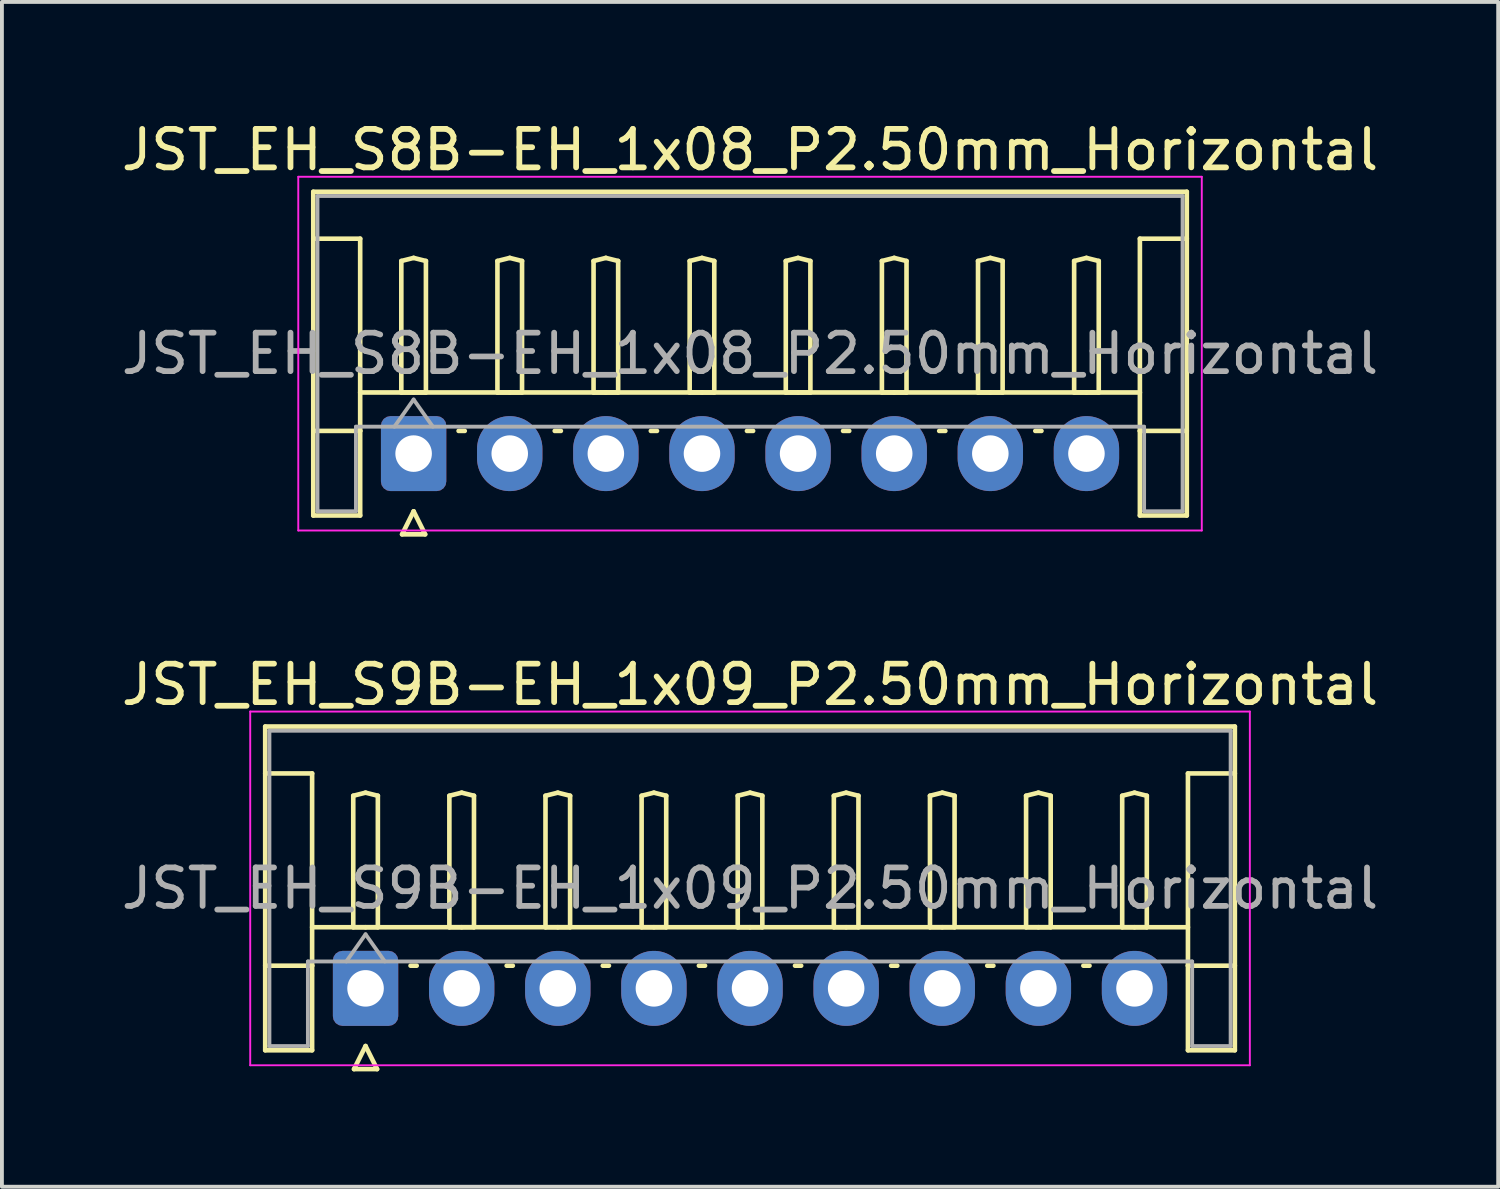
<source format=kicad_pcb>
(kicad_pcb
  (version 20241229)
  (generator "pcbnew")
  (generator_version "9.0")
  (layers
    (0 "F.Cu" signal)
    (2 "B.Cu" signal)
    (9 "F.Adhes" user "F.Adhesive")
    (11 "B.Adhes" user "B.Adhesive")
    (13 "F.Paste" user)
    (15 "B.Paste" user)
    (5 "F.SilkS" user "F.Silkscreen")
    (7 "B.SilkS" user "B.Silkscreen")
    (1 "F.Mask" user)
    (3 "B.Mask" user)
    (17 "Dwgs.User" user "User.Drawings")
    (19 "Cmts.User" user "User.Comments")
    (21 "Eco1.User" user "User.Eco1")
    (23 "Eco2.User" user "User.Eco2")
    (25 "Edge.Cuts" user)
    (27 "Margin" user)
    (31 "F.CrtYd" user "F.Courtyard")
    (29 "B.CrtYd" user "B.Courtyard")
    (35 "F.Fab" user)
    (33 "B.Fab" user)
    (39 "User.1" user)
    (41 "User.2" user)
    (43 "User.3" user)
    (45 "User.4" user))
  (footprint "JST_EH_S9B-EH_1x09_P2.50mm_Horizontal"
    (layer "F.Cu")
    (at 6.458 22.657)
    (property "Reference" "JST_EH_S9B-EH_1x09_P2.50mm_Horizontal" (at 10 -7.9 0) (layer "F.SilkS") (effects (font (size 1 1) (thickness 0.15))))
    (attr through_hole)
    (fp_line (start -2.61 -6.81) (end 22.61 -6.81) (stroke (width 0.12) (type solid)) (layer "F.SilkS"))
    (fp_line (start -2.61 -5.59) (end -1.39 -5.59) (stroke (width 0.12) (type solid)) (layer "F.SilkS"))
    (fp_line (start -2.61 1.61) (end -2.61 -6.81) (stroke (width 0.12) (type solid)) (layer "F.SilkS"))
    (fp_line (start -1.39 -5.59) (end -1.39 -0.59) (stroke (width 0.12) (type solid)) (layer "F.SilkS"))
    (fp_line (start -1.39 -1.59) (end 21.39 -1.59) (stroke (width 0.12) (type solid)) (layer "F.SilkS"))
    (fp_line (start -1.39 -0.59) (end -2.61 -0.59) (stroke (width 0.12) (type solid)) (layer "F.SilkS"))
    (fp_line (start -1.39 -0.59) (end -1.39 1.61) (stroke (width 0.12) (type solid)) (layer "F.SilkS"))
    (fp_line (start -1.39 1.61) (end -2.61 1.61) (stroke (width 0.12) (type solid)) (layer "F.SilkS"))
    (fp_line (start -0.32 -5.01) (end 0 -5.09) (stroke (width 0.12) (type solid)) (layer "F.SilkS"))
    (fp_line (start -0.32 -1.59) (end -0.32 -5.01) (stroke (width 0.12) (type solid)) (layer "F.SilkS"))
    (fp_line (start -0.3 2.1) (end 0.3 2.1) (stroke (width 0.12) (type solid)) (layer "F.SilkS"))
    (fp_line (start 0 -5.09) (end 0.32 -5.01) (stroke (width 0.12) (type solid)) (layer "F.SilkS"))
    (fp_line (start 0 -1.59) (end -0.32 -1.59) (stroke (width 0.12) (type solid)) (layer "F.SilkS"))
    (fp_line (start 0 1.5) (end -0.3 2.1) (stroke (width 0.12) (type solid)) (layer "F.SilkS"))
    (fp_line (start 0.3 2.1) (end 0 1.5) (stroke (width 0.12) (type solid)) (layer "F.SilkS"))
    (fp_line (start 0.32 -5.01) (end 0.32 -1.59) (stroke (width 0.12) (type solid)) (layer "F.SilkS"))
    (fp_line (start 0.32 -1.59) (end 0 -1.59) (stroke (width 0.12) (type solid)) (layer "F.SilkS"))
    (fp_line (start 1.17 -0.59) (end 1.33 -0.59) (stroke (width 0.12) (type solid)) (layer "F.SilkS"))
    (fp_line (start 2.18 -5.01) (end 2.5 -5.09) (stroke (width 0.12) (type solid)) (layer "F.SilkS"))
    (fp_line (start 2.18 -1.59) (end 2.18 -5.01) (stroke (width 0.12) (type solid)) (layer "F.SilkS"))
    (fp_line (start 2.5 -5.09) (end 2.82 -5.01) (stroke (width 0.12) (type solid)) (layer "F.SilkS"))
    (fp_line (start 2.5 -1.59) (end 2.18 -1.59) (stroke (width 0.12) (type solid)) (layer "F.SilkS"))
    (fp_line (start 2.82 -5.01) (end 2.82 -1.59) (stroke (width 0.12) (type solid)) (layer "F.SilkS"))
    (fp_line (start 2.82 -1.59) (end 2.5 -1.59) (stroke (width 0.12) (type solid)) (layer "F.SilkS"))
    (fp_line (start 3.67 -0.59) (end 3.83 -0.59) (stroke (width 0.12) (type solid)) (layer "F.SilkS"))
    (fp_line (start 4.68 -5.01) (end 5 -5.09) (stroke (width 0.12) (type solid)) (layer "F.SilkS"))
    (fp_line (start 4.68 -1.59) (end 4.68 -5.01) (stroke (width 0.12) (type solid)) (layer "F.SilkS"))
    (fp_line (start 5 -5.09) (end 5.32 -5.01) (stroke (width 0.12) (type solid)) (layer "F.SilkS"))
    (fp_line (start 5 -1.59) (end 4.68 -1.59) (stroke (width 0.12) (type solid)) (layer "F.SilkS"))
    (fp_line (start 5.32 -5.01) (end 5.32 -1.59) (stroke (width 0.12) (type solid)) (layer "F.SilkS"))
    (fp_line (start 5.32 -1.59) (end 5 -1.59) (stroke (width 0.12) (type solid)) (layer "F.SilkS"))
    (fp_line (start 6.17 -0.59) (end 6.33 -0.59) (stroke (width 0.12) (type solid)) (layer "F.SilkS"))
    (fp_line (start 7.18 -5.01) (end 7.5 -5.09) (stroke (width 0.12) (type solid)) (layer "F.SilkS"))
    (fp_line (start 7.18 -1.59) (end 7.18 -5.01) (stroke (width 0.12) (type solid)) (layer "F.SilkS"))
    (fp_line (start 7.5 -5.09) (end 7.82 -5.01) (stroke (width 0.12) (type solid)) (layer "F.SilkS"))
    (fp_line (start 7.5 -1.59) (end 7.18 -1.59) (stroke (width 0.12) (type solid)) (layer "F.SilkS"))
    (fp_line (start 7.82 -5.01) (end 7.82 -1.59) (stroke (width 0.12) (type solid)) (layer "F.SilkS"))
    (fp_line (start 7.82 -1.59) (end 7.5 -1.59) (stroke (width 0.12) (type solid)) (layer "F.SilkS"))
    (fp_line (start 8.67 -0.59) (end 8.83 -0.59) (stroke (width 0.12) (type solid)) (layer "F.SilkS"))
    (fp_line (start 9.68 -5.01) (end 10 -5.09) (stroke (width 0.12) (type solid)) (layer "F.SilkS"))
    (fp_line (start 9.68 -1.59) (end 9.68 -5.01) (stroke (width 0.12) (type solid)) (layer "F.SilkS"))
    (fp_line (start 10 -5.09) (end 10.32 -5.01) (stroke (width 0.12) (type solid)) (layer "F.SilkS"))
    (fp_line (start 10 -1.59) (end 9.68 -1.59) (stroke (width 0.12) (type solid)) (layer "F.SilkS"))
    (fp_line (start 10.32 -5.01) (end 10.32 -1.59) (stroke (width 0.12) (type solid)) (layer "F.SilkS"))
    (fp_line (start 10.32 -1.59) (end 10 -1.59) (stroke (width 0.12) (type solid)) (layer "F.SilkS"))
    (fp_line (start 11.17 -0.59) (end 11.33 -0.59) (stroke (width 0.12) (type solid)) (layer "F.SilkS"))
    (fp_line (start 12.18 -5.01) (end 12.5 -5.09) (stroke (width 0.12) (type solid)) (layer "F.SilkS"))
    (fp_line (start 12.18 -1.59) (end 12.18 -5.01) (stroke (width 0.12) (type solid)) (layer "F.SilkS"))
    (fp_line (start 12.5 -5.09) (end 12.82 -5.01) (stroke (width 0.12) (type solid)) (layer "F.SilkS"))
    (fp_line (start 12.5 -1.59) (end 12.18 -1.59) (stroke (width 0.12) (type solid)) (layer "F.SilkS"))
    (fp_line (start 12.82 -5.01) (end 12.82 -1.59) (stroke (width 0.12) (type solid)) (layer "F.SilkS"))
    (fp_line (start 12.82 -1.59) (end 12.5 -1.59) (stroke (width 0.12) (type solid)) (layer "F.SilkS"))
    (fp_line (start 13.67 -0.59) (end 13.83 -0.59) (stroke (width 0.12) (type solid)) (layer "F.SilkS"))
    (fp_line (start 14.68 -5.01) (end 15 -5.09) (stroke (width 0.12) (type solid)) (layer "F.SilkS"))
    (fp_line (start 14.68 -1.59) (end 14.68 -5.01) (stroke (width 0.12) (type solid)) (layer "F.SilkS"))
    (fp_line (start 15 -5.09) (end 15.32 -5.01) (stroke (width 0.12) (type solid)) (layer "F.SilkS"))
    (fp_line (start 15 -1.59) (end 14.68 -1.59) (stroke (width 0.12) (type solid)) (layer "F.SilkS"))
    (fp_line (start 15.32 -5.01) (end 15.32 -1.59) (stroke (width 0.12) (type solid)) (layer "F.SilkS"))
    (fp_line (start 15.32 -1.59) (end 15 -1.59) (stroke (width 0.12) (type solid)) (layer "F.SilkS"))
    (fp_line (start 16.17 -0.59) (end 16.33 -0.59) (stroke (width 0.12) (type solid)) (layer "F.SilkS"))
    (fp_line (start 17.18 -5.01) (end 17.5 -5.09) (stroke (width 0.12) (type solid)) (layer "F.SilkS"))
    (fp_line (start 17.18 -1.59) (end 17.18 -5.01) (stroke (width 0.12) (type solid)) (layer "F.SilkS"))
    (fp_line (start 17.5 -5.09) (end 17.82 -5.01) (stroke (width 0.12) (type solid)) (layer "F.SilkS"))
    (fp_line (start 17.5 -1.59) (end 17.18 -1.59) (stroke (width 0.12) (type solid)) (layer "F.SilkS"))
    (fp_line (start 17.82 -5.01) (end 17.82 -1.59) (stroke (width 0.12) (type solid)) (layer "F.SilkS"))
    (fp_line (start 17.82 -1.59) (end 17.5 -1.59) (stroke (width 0.12) (type solid)) (layer "F.SilkS"))
    (fp_line (start 18.67 -0.59) (end 18.83 -0.59) (stroke (width 0.12) (type solid)) (layer "F.SilkS"))
    (fp_line (start 19.68 -5.01) (end 20 -5.09) (stroke (width 0.12) (type solid)) (layer "F.SilkS"))
    (fp_line (start 19.68 -1.59) (end 19.68 -5.01) (stroke (width 0.12) (type solid)) (layer "F.SilkS"))
    (fp_line (start 20 -5.09) (end 20.32 -5.01) (stroke (width 0.12) (type solid)) (layer "F.SilkS"))
    (fp_line (start 20 -1.59) (end 19.68 -1.59) (stroke (width 0.12) (type solid)) (layer "F.SilkS"))
    (fp_line (start 20.32 -5.01) (end 20.32 -1.59) (stroke (width 0.12) (type solid)) (layer "F.SilkS"))
    (fp_line (start 20.32 -1.59) (end 20 -1.59) (stroke (width 0.12) (type solid)) (layer "F.SilkS"))
    (fp_line (start 21.39 -5.59) (end 21.39 -0.59) (stroke (width 0.12) (type solid)) (layer "F.SilkS"))
    (fp_line (start 21.39 -0.59) (end 22.61 -0.59) (stroke (width 0.12) (type solid)) (layer "F.SilkS"))
    (fp_line (start 21.39 1.61) (end 21.39 -0.59) (stroke (width 0.12) (type solid)) (layer "F.SilkS"))
    (fp_line (start 22.61 -6.81) (end 22.61 1.61) (stroke (width 0.12) (type solid)) (layer "F.SilkS"))
    (fp_line (start 22.61 -5.59) (end 21.39 -5.59) (stroke (width 0.12) (type solid)) (layer "F.SilkS"))
    (fp_line (start 22.61 1.61) (end 21.39 1.61) (stroke (width 0.12) (type solid)) (layer "F.SilkS"))
    (fp_line (start -3 -7.2) (end -3 2) (stroke (width 0.05) (type solid)) (layer "F.CrtYd"))
    (fp_line (start -3 2) (end 23 2) (stroke (width 0.05) (type solid)) (layer "F.CrtYd"))
    (fp_line (start 23 -7.2) (end -3 -7.2) (stroke (width 0.05) (type solid)) (layer "F.CrtYd"))
    (fp_line (start 23 2) (end 23 -7.2) (stroke (width 0.05) (type solid)) (layer "F.CrtYd"))
    (fp_line (start -2.5 -6.7) (end 22.5 -6.7) (stroke (width 0.1) (type solid)) (layer "F.Fab"))
    (fp_line (start -2.5 1.5) (end -2.5 -6.7) (stroke (width 0.1) (type solid)) (layer "F.Fab"))
    (fp_line (start -1.5 -0.7) (end -1.5 1.5) (stroke (width 0.1) (type solid)) (layer "F.Fab"))
    (fp_line (start -1.5 1.5) (end -2.5 1.5) (stroke (width 0.1) (type solid)) (layer "F.Fab"))
    (fp_line (start -0.5 -0.7) (end 0 -1.407) (stroke (width 0.1) (type solid)) (layer "F.Fab"))
    (fp_line (start 0 -1.407) (end 0.5 -0.7) (stroke (width 0.1) (type solid)) (layer "F.Fab"))
    (fp_line (start 21.5 -0.7) (end -1.5 -0.7) (stroke (width 0.1) (type solid)) (layer "F.Fab"))
    (fp_line (start 21.5 1.5) (end 21.5 -0.7) (stroke (width 0.1) (type solid)) (layer "F.Fab"))
    (fp_line (start 22.5 -6.7) (end 22.5 1.5) (stroke (width 0.1) (type solid)) (layer "F.Fab"))
    (fp_line (start 22.5 1.5) (end 21.5 1.5) (stroke (width 0.1) (type solid)) (layer "F.Fab"))
    (fp_text user "${REFERENCE}" (at 10 -2.6 0) (layer "F.Fab") (effects (font (size 1 1) (thickness 0.15))))
    (pad "1" thru_hole roundrect (at 0 0) (size 1.7 1.95) (drill 0.95) (layers "*.Cu" "*.Mask") (roundrect_rratio 0.147))
    (pad "2" thru_hole oval (at 2.5 0) (size 1.7 1.95) (drill 0.95) (layers "*.Cu" "*.Mask"))
    (pad "3" thru_hole oval (at 5 0) (size 1.7 1.95) (drill 0.95) (layers "*.Cu" "*.Mask"))
    (pad "4" thru_hole oval (at 7.5 0) (size 1.7 1.95) (drill 0.95) (layers "*.Cu" "*.Mask"))
    (pad "5" thru_hole oval (at 10 0) (size 1.7 1.95) (drill 0.95) (layers "*.Cu" "*.Mask"))
    (pad "6" thru_hole oval (at 12.5 0) (size 1.7 1.95) (drill 0.95) (layers "*.Cu" "*.Mask"))
    (pad "7" thru_hole oval (at 15 0) (size 1.7 1.95) (drill 0.95) (layers "*.Cu" "*.Mask"))
    (pad "8" thru_hole oval (at 17.5 0) (size 1.7 1.95) (drill 0.95) (layers "*.Cu" "*.Mask"))
    (pad "9" thru_hole oval (at 20 0) (size 1.7 1.95) (drill 0.95) (layers "*.Cu" "*.Mask")))
  (footprint "JST_EH_S8B-EH_1x08_P2.50mm_Horizontal"
    (layer "F.Cu")
    (at 7.708 8.748)
    (property "Reference" "JST_EH_S8B-EH_1x08_P2.50mm_Horizontal" (at 8.75 -7.9 0) (layer "F.SilkS") (effects (font (size 1 1) (thickness 0.15))))
    (attr through_hole)
    (fp_line (start -2.61 -6.81) (end 20.11 -6.81) (stroke (width 0.12) (type solid)) (layer "F.SilkS"))
    (fp_line (start -2.61 -5.59) (end -1.39 -5.59) (stroke (width 0.12) (type solid)) (layer "F.SilkS"))
    (fp_line (start -2.61 1.61) (end -2.61 -6.81) (stroke (width 0.12) (type solid)) (layer "F.SilkS"))
    (fp_line (start -1.39 -5.59) (end -1.39 -0.59) (stroke (width 0.12) (type solid)) (layer "F.SilkS"))
    (fp_line (start -1.39 -1.59) (end 18.89 -1.59) (stroke (width 0.12) (type solid)) (layer "F.SilkS"))
    (fp_line (start -1.39 -0.59) (end -2.61 -0.59) (stroke (width 0.12) (type solid)) (layer "F.SilkS"))
    (fp_line (start -1.39 -0.59) (end -1.39 1.61) (stroke (width 0.12) (type solid)) (layer "F.SilkS"))
    (fp_line (start -1.39 1.61) (end -2.61 1.61) (stroke (width 0.12) (type solid)) (layer "F.SilkS"))
    (fp_line (start -0.32 -5.01) (end 0 -5.09) (stroke (width 0.12) (type solid)) (layer "F.SilkS"))
    (fp_line (start -0.32 -1.59) (end -0.32 -5.01) (stroke (width 0.12) (type solid)) (layer "F.SilkS"))
    (fp_line (start -0.3 2.1) (end 0.3 2.1) (stroke (width 0.12) (type solid)) (layer "F.SilkS"))
    (fp_line (start 0 -5.09) (end 0.32 -5.01) (stroke (width 0.12) (type solid)) (layer "F.SilkS"))
    (fp_line (start 0 -1.59) (end -0.32 -1.59) (stroke (width 0.12) (type solid)) (layer "F.SilkS"))
    (fp_line (start 0 1.5) (end -0.3 2.1) (stroke (width 0.12) (type solid)) (layer "F.SilkS"))
    (fp_line (start 0.3 2.1) (end 0 1.5) (stroke (width 0.12) (type solid)) (layer "F.SilkS"))
    (fp_line (start 0.32 -5.01) (end 0.32 -1.59) (stroke (width 0.12) (type solid)) (layer "F.SilkS"))
    (fp_line (start 0.32 -1.59) (end 0 -1.59) (stroke (width 0.12) (type solid)) (layer "F.SilkS"))
    (fp_line (start 1.17 -0.59) (end 1.33 -0.59) (stroke (width 0.12) (type solid)) (layer "F.SilkS"))
    (fp_line (start 2.18 -5.01) (end 2.5 -5.09) (stroke (width 0.12) (type solid)) (layer "F.SilkS"))
    (fp_line (start 2.18 -1.59) (end 2.18 -5.01) (stroke (width 0.12) (type solid)) (layer "F.SilkS"))
    (fp_line (start 2.5 -5.09) (end 2.82 -5.01) (stroke (width 0.12) (type solid)) (layer "F.SilkS"))
    (fp_line (start 2.5 -1.59) (end 2.18 -1.59) (stroke (width 0.12) (type solid)) (layer "F.SilkS"))
    (fp_line (start 2.82 -5.01) (end 2.82 -1.59) (stroke (width 0.12) (type solid)) (layer "F.SilkS"))
    (fp_line (start 2.82 -1.59) (end 2.5 -1.59) (stroke (width 0.12) (type solid)) (layer "F.SilkS"))
    (fp_line (start 3.67 -0.59) (end 3.83 -0.59) (stroke (width 0.12) (type solid)) (layer "F.SilkS"))
    (fp_line (start 4.68 -5.01) (end 5 -5.09) (stroke (width 0.12) (type solid)) (layer "F.SilkS"))
    (fp_line (start 4.68 -1.59) (end 4.68 -5.01) (stroke (width 0.12) (type solid)) (layer "F.SilkS"))
    (fp_line (start 5 -5.09) (end 5.32 -5.01) (stroke (width 0.12) (type solid)) (layer "F.SilkS"))
    (fp_line (start 5 -1.59) (end 4.68 -1.59) (stroke (width 0.12) (type solid)) (layer "F.SilkS"))
    (fp_line (start 5.32 -5.01) (end 5.32 -1.59) (stroke (width 0.12) (type solid)) (layer "F.SilkS"))
    (fp_line (start 5.32 -1.59) (end 5 -1.59) (stroke (width 0.12) (type solid)) (layer "F.SilkS"))
    (fp_line (start 6.17 -0.59) (end 6.33 -0.59) (stroke (width 0.12) (type solid)) (layer "F.SilkS"))
    (fp_line (start 7.18 -5.01) (end 7.5 -5.09) (stroke (width 0.12) (type solid)) (layer "F.SilkS"))
    (fp_line (start 7.18 -1.59) (end 7.18 -5.01) (stroke (width 0.12) (type solid)) (layer "F.SilkS"))
    (fp_line (start 7.5 -5.09) (end 7.82 -5.01) (stroke (width 0.12) (type solid)) (layer "F.SilkS"))
    (fp_line (start 7.5 -1.59) (end 7.18 -1.59) (stroke (width 0.12) (type solid)) (layer "F.SilkS"))
    (fp_line (start 7.82 -5.01) (end 7.82 -1.59) (stroke (width 0.12) (type solid)) (layer "F.SilkS"))
    (fp_line (start 7.82 -1.59) (end 7.5 -1.59) (stroke (width 0.12) (type solid)) (layer "F.SilkS"))
    (fp_line (start 8.67 -0.59) (end 8.83 -0.59) (stroke (width 0.12) (type solid)) (layer "F.SilkS"))
    (fp_line (start 9.68 -5.01) (end 10 -5.09) (stroke (width 0.12) (type solid)) (layer "F.SilkS"))
    (fp_line (start 9.68 -1.59) (end 9.68 -5.01) (stroke (width 0.12) (type solid)) (layer "F.SilkS"))
    (fp_line (start 10 -5.09) (end 10.32 -5.01) (stroke (width 0.12) (type solid)) (layer "F.SilkS"))
    (fp_line (start 10 -1.59) (end 9.68 -1.59) (stroke (width 0.12) (type solid)) (layer "F.SilkS"))
    (fp_line (start 10.32 -5.01) (end 10.32 -1.59) (stroke (width 0.12) (type solid)) (layer "F.SilkS"))
    (fp_line (start 10.32 -1.59) (end 10 -1.59) (stroke (width 0.12) (type solid)) (layer "F.SilkS"))
    (fp_line (start 11.17 -0.59) (end 11.33 -0.59) (stroke (width 0.12) (type solid)) (layer "F.SilkS"))
    (fp_line (start 12.18 -5.01) (end 12.5 -5.09) (stroke (width 0.12) (type solid)) (layer "F.SilkS"))
    (fp_line (start 12.18 -1.59) (end 12.18 -5.01) (stroke (width 0.12) (type solid)) (layer "F.SilkS"))
    (fp_line (start 12.5 -5.09) (end 12.82 -5.01) (stroke (width 0.12) (type solid)) (layer "F.SilkS"))
    (fp_line (start 12.5 -1.59) (end 12.18 -1.59) (stroke (width 0.12) (type solid)) (layer "F.SilkS"))
    (fp_line (start 12.82 -5.01) (end 12.82 -1.59) (stroke (width 0.12) (type solid)) (layer "F.SilkS"))
    (fp_line (start 12.82 -1.59) (end 12.5 -1.59) (stroke (width 0.12) (type solid)) (layer "F.SilkS"))
    (fp_line (start 13.67 -0.59) (end 13.83 -0.59) (stroke (width 0.12) (type solid)) (layer "F.SilkS"))
    (fp_line (start 14.68 -5.01) (end 15 -5.09) (stroke (width 0.12) (type solid)) (layer "F.SilkS"))
    (fp_line (start 14.68 -1.59) (end 14.68 -5.01) (stroke (width 0.12) (type solid)) (layer "F.SilkS"))
    (fp_line (start 15 -5.09) (end 15.32 -5.01) (stroke (width 0.12) (type solid)) (layer "F.SilkS"))
    (fp_line (start 15 -1.59) (end 14.68 -1.59) (stroke (width 0.12) (type solid)) (layer "F.SilkS"))
    (fp_line (start 15.32 -5.01) (end 15.32 -1.59) (stroke (width 0.12) (type solid)) (layer "F.SilkS"))
    (fp_line (start 15.32 -1.59) (end 15 -1.59) (stroke (width 0.12) (type solid)) (layer "F.SilkS"))
    (fp_line (start 16.17 -0.59) (end 16.33 -0.59) (stroke (width 0.12) (type solid)) (layer "F.SilkS"))
    (fp_line (start 17.18 -5.01) (end 17.5 -5.09) (stroke (width 0.12) (type solid)) (layer "F.SilkS"))
    (fp_line (start 17.18 -1.59) (end 17.18 -5.01) (stroke (width 0.12) (type solid)) (layer "F.SilkS"))
    (fp_line (start 17.5 -5.09) (end 17.82 -5.01) (stroke (width 0.12) (type solid)) (layer "F.SilkS"))
    (fp_line (start 17.5 -1.59) (end 17.18 -1.59) (stroke (width 0.12) (type solid)) (layer "F.SilkS"))
    (fp_line (start 17.82 -5.01) (end 17.82 -1.59) (stroke (width 0.12) (type solid)) (layer "F.SilkS"))
    (fp_line (start 17.82 -1.59) (end 17.5 -1.59) (stroke (width 0.12) (type solid)) (layer "F.SilkS"))
    (fp_line (start 18.89 -5.59) (end 18.89 -0.59) (stroke (width 0.12) (type solid)) (layer "F.SilkS"))
    (fp_line (start 18.89 -0.59) (end 20.11 -0.59) (stroke (width 0.12) (type solid)) (layer "F.SilkS"))
    (fp_line (start 18.89 1.61) (end 18.89 -0.59) (stroke (width 0.12) (type solid)) (layer "F.SilkS"))
    (fp_line (start 20.11 -6.81) (end 20.11 1.61) (stroke (width 0.12) (type solid)) (layer "F.SilkS"))
    (fp_line (start 20.11 -5.59) (end 18.89 -5.59) (stroke (width 0.12) (type solid)) (layer "F.SilkS"))
    (fp_line (start 20.11 1.61) (end 18.89 1.61) (stroke (width 0.12) (type solid)) (layer "F.SilkS"))
    (fp_line (start -3 -7.2) (end -3 2) (stroke (width 0.05) (type solid)) (layer "F.CrtYd"))
    (fp_line (start -3 2) (end 20.5 2) (stroke (width 0.05) (type solid)) (layer "F.CrtYd"))
    (fp_line (start 20.5 -7.2) (end -3 -7.2) (stroke (width 0.05) (type solid)) (layer "F.CrtYd"))
    (fp_line (start 20.5 2) (end 20.5 -7.2) (stroke (width 0.05) (type solid)) (layer "F.CrtYd"))
    (fp_line (start -2.5 -6.7) (end 20 -6.7) (stroke (width 0.1) (type solid)) (layer "F.Fab"))
    (fp_line (start -2.5 1.5) (end -2.5 -6.7) (stroke (width 0.1) (type solid)) (layer "F.Fab"))
    (fp_line (start -1.5 -0.7) (end -1.5 1.5) (stroke (width 0.1) (type solid)) (layer "F.Fab"))
    (fp_line (start -1.5 1.5) (end -2.5 1.5) (stroke (width 0.1) (type solid)) (layer "F.Fab"))
    (fp_line (start -0.5 -0.7) (end 0 -1.407) (stroke (width 0.1) (type solid)) (layer "F.Fab"))
    (fp_line (start 0 -1.407) (end 0.5 -0.7) (stroke (width 0.1) (type solid)) (layer "F.Fab"))
    (fp_line (start 19 -0.7) (end -1.5 -0.7) (stroke (width 0.1) (type solid)) (layer "F.Fab"))
    (fp_line (start 19 1.5) (end 19 -0.7) (stroke (width 0.1) (type solid)) (layer "F.Fab"))
    (fp_line (start 20 -6.7) (end 20 1.5) (stroke (width 0.1) (type solid)) (layer "F.Fab"))
    (fp_line (start 20 1.5) (end 19 1.5) (stroke (width 0.1) (type solid)) (layer "F.Fab"))
    (fp_text user "${REFERENCE}" (at 8.75 -2.6 0) (layer "F.Fab") (effects (font (size 1 1) (thickness 0.15))))
    (pad "1" thru_hole roundrect (at 0 0) (size 1.7 1.95) (drill 0.95) (layers "*.Cu" "*.Mask") (roundrect_rratio 0.147))
    (pad "2" thru_hole oval (at 2.5 0) (size 1.7 1.95) (drill 0.95) (layers "*.Cu" "*.Mask"))
    (pad "3" thru_hole oval (at 5 0) (size 1.7 1.95) (drill 0.95) (layers "*.Cu" "*.Mask"))
    (pad "4" thru_hole oval (at 7.5 0) (size 1.7 1.95) (drill 0.95) (layers "*.Cu" "*.Mask"))
    (pad "5" thru_hole oval (at 10 0) (size 1.7 1.95) (drill 0.95) (layers "*.Cu" "*.Mask"))
    (pad "6" thru_hole oval (at 12.5 0) (size 1.7 1.95) (drill 0.95) (layers "*.Cu" "*.Mask"))
    (pad "7" thru_hole oval (at 15 0) (size 1.7 1.95) (drill 0.95) (layers "*.Cu" "*.Mask"))
    (pad "8" thru_hole oval (at 17.5 0) (size 1.7 1.95) (drill 0.95) (layers "*.Cu" "*.Mask")))
  (gr_rect
    (start -3 -3)
    (end 35.917 27.817)
    (stroke (width 0.1) (type default))
    (fill no)
    (layer "Edge.Cuts")))
</source>
